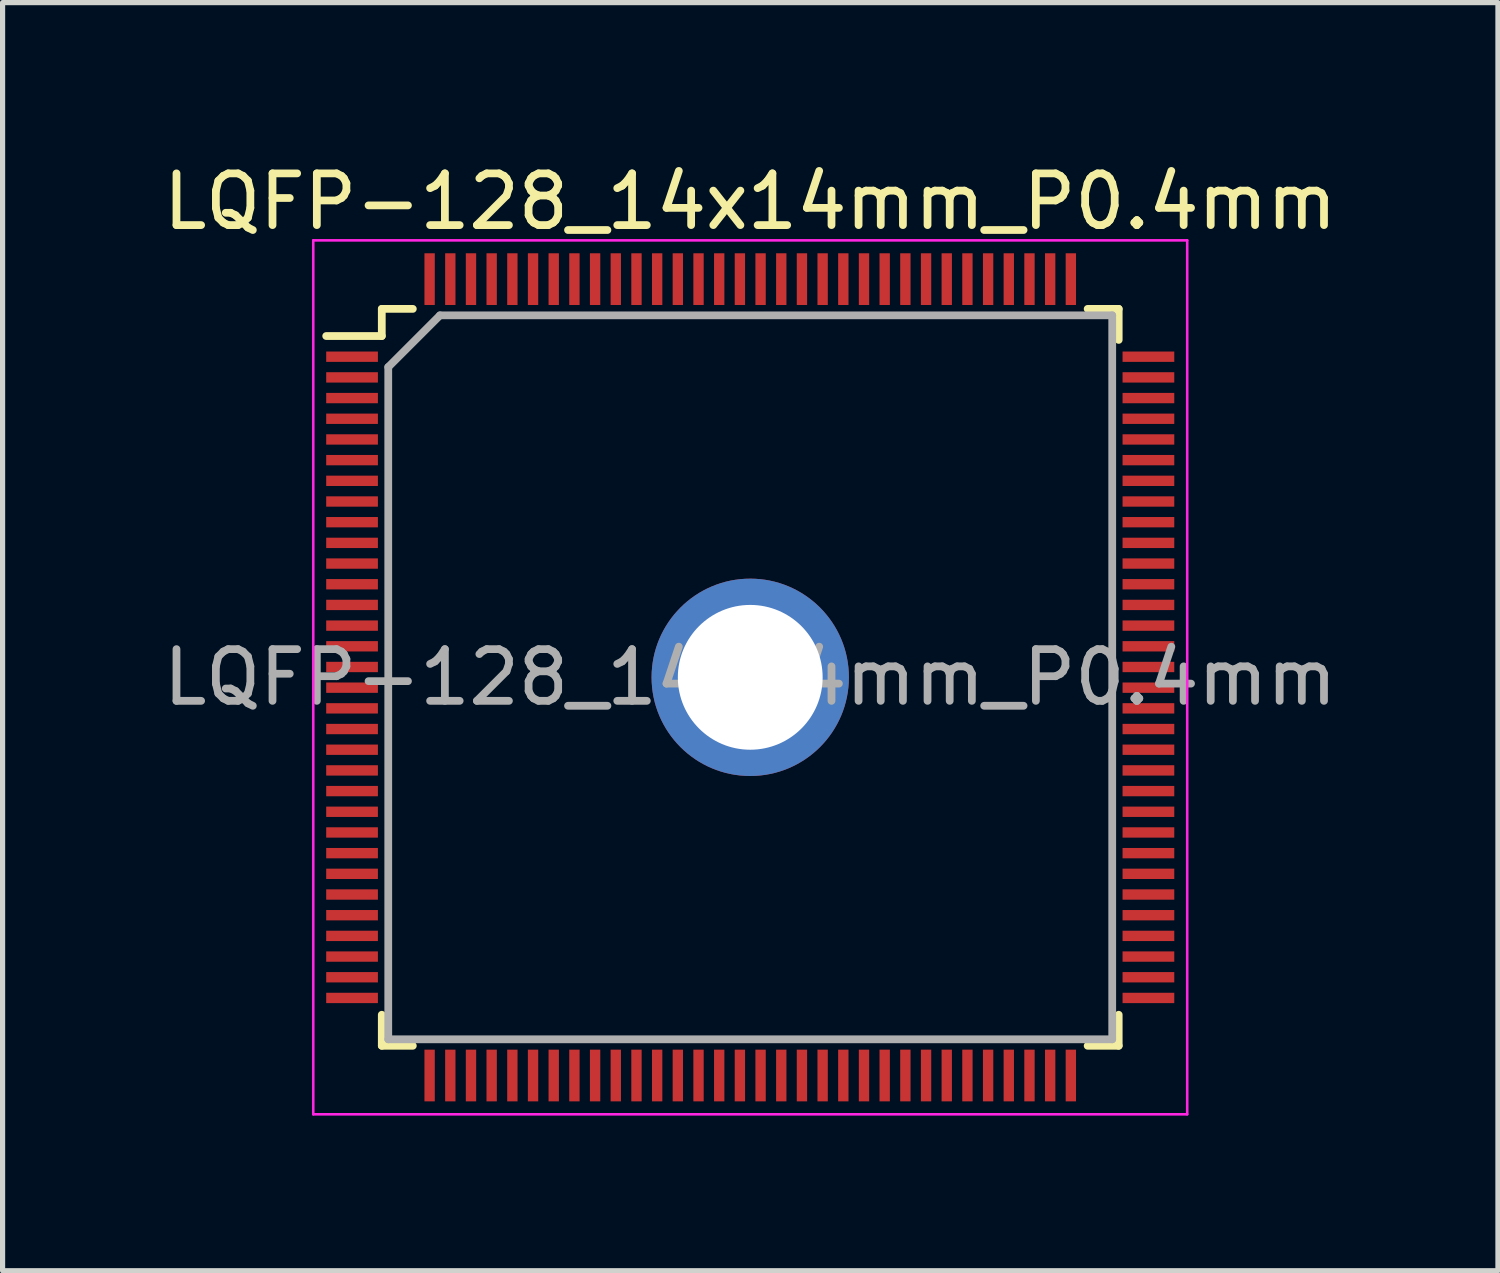
<source format=kicad_pcb>
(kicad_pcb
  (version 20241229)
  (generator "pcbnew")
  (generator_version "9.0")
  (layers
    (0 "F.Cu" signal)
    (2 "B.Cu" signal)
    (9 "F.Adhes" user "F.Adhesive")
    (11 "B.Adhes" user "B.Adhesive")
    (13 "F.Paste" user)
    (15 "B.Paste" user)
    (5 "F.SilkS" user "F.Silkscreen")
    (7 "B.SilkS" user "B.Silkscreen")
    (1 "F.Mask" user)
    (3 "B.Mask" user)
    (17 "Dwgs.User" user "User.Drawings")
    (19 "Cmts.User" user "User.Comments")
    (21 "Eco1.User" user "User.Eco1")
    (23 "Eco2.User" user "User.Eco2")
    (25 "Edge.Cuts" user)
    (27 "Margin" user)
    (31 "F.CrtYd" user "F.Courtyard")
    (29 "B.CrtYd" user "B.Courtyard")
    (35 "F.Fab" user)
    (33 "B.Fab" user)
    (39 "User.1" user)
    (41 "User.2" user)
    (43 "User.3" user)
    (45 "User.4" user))
  (footprint "LQFP-128_14x14mm_P0.4mm"
    (layer "F.Cu")
    (at 11.458 10.048)
    (property "Reference" "LQFP-128_14x14mm_P0.4mm" (at 0 -9.2 0) (layer "F.SilkS") (effects (font (size 1 1) (thickness 0.15))))
    (attr smd)
    (fp_line (start -7.125 -7.125) (end -7.125 -6.6) (stroke (width 0.15) (type solid)) (layer "F.SilkS"))
    (fp_line (start -7.125 -7.125) (end -6.525 -7.125) (stroke (width 0.15) (type solid)) (layer "F.SilkS"))
    (fp_line (start -7.125 -6.6) (end -8.2 -6.6) (stroke (width 0.15) (type solid)) (layer "F.SilkS"))
    (fp_line (start -7.125 7.125) (end -7.125 6.525) (stroke (width 0.15) (type solid)) (layer "F.SilkS"))
    (fp_line (start -7.125 7.125) (end -6.525 7.125) (stroke (width 0.15) (type solid)) (layer "F.SilkS"))
    (fp_line (start 7.125 -7.125) (end 6.525 -7.125) (stroke (width 0.15) (type solid)) (layer "F.SilkS"))
    (fp_line (start 7.125 -7.125) (end 7.125 -6.525) (stroke (width 0.15) (type solid)) (layer "F.SilkS"))
    (fp_line (start 7.125 7.125) (end 6.525 7.125) (stroke (width 0.15) (type solid)) (layer "F.SilkS"))
    (fp_line (start 7.125 7.125) (end 7.125 6.525) (stroke (width 0.15) (type solid)) (layer "F.SilkS"))
    (fp_line (start -8.45 -8.45) (end -8.45 8.45) (stroke (width 0.05) (type solid)) (layer "F.CrtYd"))
    (fp_line (start -8.45 -8.45) (end 8.45 -8.45) (stroke (width 0.05) (type solid)) (layer "F.CrtYd"))
    (fp_line (start -8.45 8.45) (end 8.45 8.45) (stroke (width 0.05) (type solid)) (layer "F.CrtYd"))
    (fp_line (start 8.45 -8.45) (end 8.45 8.45) (stroke (width 0.05) (type solid)) (layer "F.CrtYd"))
    (fp_line (start -7 -6) (end -6 -7) (stroke (width 0.15) (type solid)) (layer "F.Fab"))
    (fp_line (start -7 7) (end -7 -6) (stroke (width 0.15) (type solid)) (layer "F.Fab"))
    (fp_line (start -6 -7) (end 7 -7) (stroke (width 0.15) (type solid)) (layer "F.Fab"))
    (fp_line (start 7 -7) (end 7 7) (stroke (width 0.15) (type solid)) (layer "F.Fab"))
    (fp_line (start 7 7) (end -7 7) (stroke (width 0.15) (type solid)) (layer "F.Fab"))
    (fp_text user "${REFERENCE}" (at 0 0 0) (layer "F.Fab") (effects (font (size 1 1) (thickness 0.15))))
    (pad "1" smd rect (at -7.7 -6.2) (size 1 0.2) (layers "F.Cu" "F.Mask" "F.Paste"))
    (pad "2" smd rect (at -7.7 -5.8) (size 1 0.2) (layers "F.Cu" "F.Mask" "F.Paste"))
    (pad "3" smd rect (at -7.7 -5.4) (size 1 0.2) (layers "F.Cu" "F.Mask" "F.Paste"))
    (pad "4" smd rect (at -7.7 -5) (size 1 0.2) (layers "F.Cu" "F.Mask" "F.Paste"))
    (pad "5" smd rect (at -7.7 -4.6) (size 1 0.2) (layers "F.Cu" "F.Mask" "F.Paste"))
    (pad "6" smd rect (at -7.7 -4.2) (size 1 0.2) (layers "F.Cu" "F.Mask" "F.Paste"))
    (pad "7" smd rect (at -7.7 -3.8) (size 1 0.2) (layers "F.Cu" "F.Mask" "F.Paste"))
    (pad "8" smd rect (at -7.7 -3.4) (size 1 0.2) (layers "F.Cu" "F.Mask" "F.Paste"))
    (pad "9" smd rect (at -7.7 -3) (size 1 0.2) (layers "F.Cu" "F.Mask" "F.Paste"))
    (pad "10" smd rect (at -7.7 -2.6) (size 1 0.2) (layers "F.Cu" "F.Mask" "F.Paste"))
    (pad "11" smd rect (at -7.7 -2.2) (size 1 0.2) (layers "F.Cu" "F.Mask" "F.Paste"))
    (pad "12" smd rect (at -7.7 -1.8) (size 1 0.2) (layers "F.Cu" "F.Mask" "F.Paste"))
    (pad "13" smd rect (at -7.7 -1.4) (size 1 0.2) (layers "F.Cu" "F.Mask" "F.Paste"))
    (pad "14" smd rect (at -7.7 -1) (size 1 0.2) (layers "F.Cu" "F.Mask" "F.Paste"))
    (pad "15" smd rect (at -7.7 -0.6) (size 1 0.2) (layers "F.Cu" "F.Mask" "F.Paste"))
    (pad "16" smd rect (at -7.7 -0.2) (size 1 0.2) (layers "F.Cu" "F.Mask" "F.Paste"))
    (pad "17" smd rect (at -7.7 0.2) (size 1 0.2) (layers "F.Cu" "F.Mask" "F.Paste"))
    (pad "18" smd rect (at -7.7 0.6) (size 1 0.2) (layers "F.Cu" "F.Mask" "F.Paste"))
    (pad "19" smd rect (at -7.7 1) (size 1 0.2) (layers "F.Cu" "F.Mask" "F.Paste"))
    (pad "20" smd rect (at -7.7 1.4) (size 1 0.2) (layers "F.Cu" "F.Mask" "F.Paste"))
    (pad "21" smd rect (at -7.7 1.8) (size 1 0.2) (layers "F.Cu" "F.Mask" "F.Paste"))
    (pad "22" smd rect (at -7.7 2.2) (size 1 0.2) (layers "F.Cu" "F.Mask" "F.Paste"))
    (pad "23" smd rect (at -7.7 2.6) (size 1 0.2) (layers "F.Cu" "F.Mask" "F.Paste"))
    (pad "24" smd rect (at -7.7 3) (size 1 0.2) (layers "F.Cu" "F.Mask" "F.Paste"))
    (pad "25" smd rect (at -7.7 3.4) (size 1 0.2) (layers "F.Cu" "F.Mask" "F.Paste"))
    (pad "26" smd rect (at -7.7 3.8) (size 1 0.2) (layers "F.Cu" "F.Mask" "F.Paste"))
    (pad "27" smd rect (at -7.7 4.2) (size 1 0.2) (layers "F.Cu" "F.Mask" "F.Paste"))
    (pad "28" smd rect (at -7.7 4.6) (size 1 0.2) (layers "F.Cu" "F.Mask" "F.Paste"))
    (pad "29" smd rect (at -7.7 5) (size 1 0.2) (layers "F.Cu" "F.Mask" "F.Paste"))
    (pad "30" smd rect (at -7.7 5.4) (size 1 0.2) (layers "F.Cu" "F.Mask" "F.Paste"))
    (pad "31" smd rect (at -7.7 5.8) (size 1 0.2) (layers "F.Cu" "F.Mask" "F.Paste"))
    (pad "32" smd rect (at -7.7 6.2) (size 1 0.2) (layers "F.Cu" "F.Mask" "F.Paste"))
    (pad "33" smd rect (at -6.2 7.7 90) (size 1 0.2) (layers "F.Cu" "F.Mask" "F.Paste"))
    (pad "34" smd rect (at -5.8 7.7 90) (size 1 0.2) (layers "F.Cu" "F.Mask" "F.Paste"))
    (pad "35" smd rect (at -5.4 7.7 90) (size 1 0.2) (layers "F.Cu" "F.Mask" "F.Paste"))
    (pad "36" smd rect (at -5 7.7 90) (size 1 0.2) (layers "F.Cu" "F.Mask" "F.Paste"))
    (pad "37" smd rect (at -4.6 7.7 90) (size 1 0.2) (layers "F.Cu" "F.Mask" "F.Paste"))
    (pad "38" smd rect (at -4.2 7.7 90) (size 1 0.2) (layers "F.Cu" "F.Mask" "F.Paste"))
    (pad "39" smd rect (at -3.8 7.7 90) (size 1 0.2) (layers "F.Cu" "F.Mask" "F.Paste"))
    (pad "40" smd rect (at -3.4 7.7 90) (size 1 0.2) (layers "F.Cu" "F.Mask" "F.Paste"))
    (pad "41" smd rect (at -3 7.7 90) (size 1 0.2) (layers "F.Cu" "F.Mask" "F.Paste"))
    (pad "42" smd rect (at -2.6 7.7 90) (size 1 0.2) (layers "F.Cu" "F.Mask" "F.Paste"))
    (pad "43" smd rect (at -2.2 7.7 90) (size 1 0.2) (layers "F.Cu" "F.Mask" "F.Paste"))
    (pad "44" smd rect (at -1.8 7.7 90) (size 1 0.2) (layers "F.Cu" "F.Mask" "F.Paste"))
    (pad "45" smd rect (at -1.4 7.7 90) (size 1 0.2) (layers "F.Cu" "F.Mask" "F.Paste"))
    (pad "46" smd rect (at -1 7.7 90) (size 1 0.2) (layers "F.Cu" "F.Mask" "F.Paste"))
    (pad "47" smd rect (at -0.6 7.7 90) (size 1 0.2) (layers "F.Cu" "F.Mask" "F.Paste"))
    (pad "48" smd rect (at -0.2 7.7 90) (size 1 0.2) (layers "F.Cu" "F.Mask" "F.Paste"))
    (pad "49" smd rect (at 0.2 7.7 90) (size 1 0.2) (layers "F.Cu" "F.Mask" "F.Paste"))
    (pad "50" smd rect (at 0.6 7.7 90) (size 1 0.2) (layers "F.Cu" "F.Mask" "F.Paste"))
    (pad "51" smd rect (at 1 7.7 90) (size 1 0.2) (layers "F.Cu" "F.Mask" "F.Paste"))
    (pad "52" smd rect (at 1.4 7.7 90) (size 1 0.2) (layers "F.Cu" "F.Mask" "F.Paste"))
    (pad "53" smd rect (at 1.8 7.7 90) (size 1 0.2) (layers "F.Cu" "F.Mask" "F.Paste"))
    (pad "54" smd rect (at 2.2 7.7 90) (size 1 0.2) (layers "F.Cu" "F.Mask" "F.Paste"))
    (pad "55" smd rect (at 2.6 7.7 90) (size 1 0.2) (layers "F.Cu" "F.Mask" "F.Paste"))
    (pad "56" smd rect (at 3 7.7 90) (size 1 0.2) (layers "F.Cu" "F.Mask" "F.Paste"))
    (pad "57" smd rect (at 3.4 7.7 90) (size 1 0.2) (layers "F.Cu" "F.Mask" "F.Paste"))
    (pad "58" smd rect (at 3.8 7.7 90) (size 1 0.2) (layers "F.Cu" "F.Mask" "F.Paste"))
    (pad "59" smd rect (at 4.2 7.7 90) (size 1 0.2) (layers "F.Cu" "F.Mask" "F.Paste"))
    (pad "60" smd rect (at 4.6 7.7 90) (size 1 0.2) (layers "F.Cu" "F.Mask" "F.Paste"))
    (pad "61" smd rect (at 5 7.7 90) (size 1 0.2) (layers "F.Cu" "F.Mask" "F.Paste"))
    (pad "62" smd rect (at 5.4 7.7 90) (size 1 0.2) (layers "F.Cu" "F.Mask" "F.Paste"))
    (pad "63" smd rect (at 5.8 7.7 90) (size 1 0.2) (layers "F.Cu" "F.Mask" "F.Paste"))
    (pad "64" smd rect (at 6.2 7.7 90) (size 1 0.2) (layers "F.Cu" "F.Mask" "F.Paste"))
    (pad "65" smd rect (at 7.7 6.2) (size 1 0.2) (layers "F.Cu" "F.Mask" "F.Paste"))
    (pad "66" smd rect (at 7.7 5.8) (size 1 0.2) (layers "F.Cu" "F.Mask" "F.Paste"))
    (pad "67" smd rect (at 7.7 5.4) (size 1 0.2) (layers "F.Cu" "F.Mask" "F.Paste"))
    (pad "68" smd rect (at 7.7 5) (size 1 0.2) (layers "F.Cu" "F.Mask" "F.Paste"))
    (pad "69" smd rect (at 7.7 4.6) (size 1 0.2) (layers "F.Cu" "F.Mask" "F.Paste"))
    (pad "70" smd rect (at 7.7 4.2) (size 1 0.2) (layers "F.Cu" "F.Mask" "F.Paste"))
    (pad "71" smd rect (at 7.7 3.8) (size 1 0.2) (layers "F.Cu" "F.Mask" "F.Paste"))
    (pad "72" smd rect (at 7.7 3.4) (size 1 0.2) (layers "F.Cu" "F.Mask" "F.Paste"))
    (pad "73" smd rect (at 7.7 3) (size 1 0.2) (layers "F.Cu" "F.Mask" "F.Paste"))
    (pad "74" smd rect (at 7.7 2.6) (size 1 0.2) (layers "F.Cu" "F.Mask" "F.Paste"))
    (pad "75" smd rect (at 7.7 2.2) (size 1 0.2) (layers "F.Cu" "F.Mask" "F.Paste"))
    (pad "76" smd rect (at 7.7 1.8) (size 1 0.2) (layers "F.Cu" "F.Mask" "F.Paste"))
    (pad "77" smd rect (at 7.7 1.4) (size 1 0.2) (layers "F.Cu" "F.Mask" "F.Paste"))
    (pad "78" smd rect (at 7.7 1) (size 1 0.2) (layers "F.Cu" "F.Mask" "F.Paste"))
    (pad "79" smd rect (at 7.7 0.6) (size 1 0.2) (layers "F.Cu" "F.Mask" "F.Paste"))
    (pad "80" smd rect (at 7.7 0.2) (size 1 0.2) (layers "F.Cu" "F.Mask" "F.Paste"))
    (pad "81" smd rect (at 7.7 -0.2) (size 1 0.2) (layers "F.Cu" "F.Mask" "F.Paste"))
    (pad "82" smd rect (at 7.7 -0.6) (size 1 0.2) (layers "F.Cu" "F.Mask" "F.Paste"))
    (pad "83" smd rect (at 7.7 -1) (size 1 0.2) (layers "F.Cu" "F.Mask" "F.Paste"))
    (pad "84" smd rect (at 7.7 -1.4) (size 1 0.2) (layers "F.Cu" "F.Mask" "F.Paste"))
    (pad "85" smd rect (at 7.7 -1.8) (size 1 0.2) (layers "F.Cu" "F.Mask" "F.Paste"))
    (pad "86" smd rect (at 7.7 -2.2) (size 1 0.2) (layers "F.Cu" "F.Mask" "F.Paste"))
    (pad "87" smd rect (at 7.7 -2.6) (size 1 0.2) (layers "F.Cu" "F.Mask" "F.Paste"))
    (pad "88" smd rect (at 7.7 -3) (size 1 0.2) (layers "F.Cu" "F.Mask" "F.Paste"))
    (pad "89" smd rect (at 7.7 -3.4) (size 1 0.2) (layers "F.Cu" "F.Mask" "F.Paste"))
    (pad "90" smd rect (at 7.7 -3.8) (size 1 0.2) (layers "F.Cu" "F.Mask" "F.Paste"))
    (pad "91" smd rect (at 7.7 -4.2) (size 1 0.2) (layers "F.Cu" "F.Mask" "F.Paste"))
    (pad "92" smd rect (at 7.7 -4.6) (size 1 0.2) (layers "F.Cu" "F.Mask" "F.Paste"))
    (pad "93" smd rect (at 7.7 -5) (size 1 0.2) (layers "F.Cu" "F.Mask" "F.Paste"))
    (pad "94" smd rect (at 7.7 -5.4) (size 1 0.2) (layers "F.Cu" "F.Mask" "F.Paste"))
    (pad "95" smd rect (at 7.7 -5.8) (size 1 0.2) (layers "F.Cu" "F.Mask" "F.Paste"))
    (pad "96" smd rect (at 7.7 -6.2) (size 1 0.2) (layers "F.Cu" "F.Mask" "F.Paste"))
    (pad "97" smd rect (at 6.2 -7.7 90) (size 1 0.2) (layers "F.Cu" "F.Mask" "F.Paste"))
    (pad "98" smd rect (at 5.8 -7.7 90) (size 1 0.2) (layers "F.Cu" "F.Mask" "F.Paste"))
    (pad "99" smd rect (at 5.4 -7.7 90) (size 1 0.2) (layers "F.Cu" "F.Mask" "F.Paste"))
    (pad "100" smd rect (at 5 -7.7 90) (size 1 0.2) (layers "F.Cu" "F.Mask" "F.Paste"))
    (pad "101" smd rect (at 4.6 -7.7 90) (size 1 0.2) (layers "F.Cu" "F.Mask" "F.Paste"))
    (pad "102" smd rect (at 4.2 -7.7 90) (size 1 0.2) (layers "F.Cu" "F.Mask" "F.Paste"))
    (pad "103" smd rect (at 3.8 -7.7 90) (size 1 0.2) (layers "F.Cu" "F.Mask" "F.Paste"))
    (pad "104" smd rect (at 3.4 -7.7 90) (size 1 0.2) (layers "F.Cu" "F.Mask" "F.Paste"))
    (pad "105" smd rect (at 3 -7.7 90) (size 1 0.2) (layers "F.Cu" "F.Mask" "F.Paste"))
    (pad "106" smd rect (at 2.6 -7.7 90) (size 1 0.2) (layers "F.Cu" "F.Mask" "F.Paste"))
    (pad "107" smd rect (at 2.2 -7.7 90) (size 1 0.2) (layers "F.Cu" "F.Mask" "F.Paste"))
    (pad "108" smd rect (at 1.8 -7.7 90) (size 1 0.2) (layers "F.Cu" "F.Mask" "F.Paste"))
    (pad "109" smd rect (at 1.4 -7.7 90) (size 1 0.2) (layers "F.Cu" "F.Mask" "F.Paste"))
    (pad "110" smd rect (at 1 -7.7 90) (size 1 0.2) (layers "F.Cu" "F.Mask" "F.Paste"))
    (pad "111" smd rect (at 0.6 -7.7 90) (size 1 0.2) (layers "F.Cu" "F.Mask" "F.Paste"))
    (pad "112" smd rect (at 0.2 -7.7 90) (size 1 0.2) (layers "F.Cu" "F.Mask" "F.Paste"))
    (pad "113" smd rect (at -0.2 -7.7 90) (size 1 0.2) (layers "F.Cu" "F.Mask" "F.Paste"))
    (pad "114" smd rect (at -0.6 -7.7 90) (size 1 0.2) (layers "F.Cu" "F.Mask" "F.Paste"))
    (pad "115" smd rect (at -1 -7.7 90) (size 1 0.2) (layers "F.Cu" "F.Mask" "F.Paste"))
    (pad "116" smd rect (at -1.4 -7.7 90) (size 1 0.2) (layers "F.Cu" "F.Mask" "F.Paste"))
    (pad "117" smd rect (at -1.8 -7.7 90) (size 1 0.2) (layers "F.Cu" "F.Mask" "F.Paste"))
    (pad "118" smd rect (at -2.2 -7.7 90) (size 1 0.2) (layers "F.Cu" "F.Mask" "F.Paste"))
    (pad "119" smd rect (at -2.6 -7.7 90) (size 1 0.2) (layers "F.Cu" "F.Mask" "F.Paste"))
    (pad "120" smd rect (at -3 -7.7 90) (size 1 0.2) (layers "F.Cu" "F.Mask" "F.Paste"))
    (pad "121" smd rect (at -3.4 -7.7 90) (size 1 0.2) (layers "F.Cu" "F.Mask" "F.Paste"))
    (pad "122" smd rect (at -3.8 -7.7 90) (size 1 0.2) (layers "F.Cu" "F.Mask" "F.Paste"))
    (pad "123" smd rect (at -4.2 -7.7 90) (size 1 0.2) (layers "F.Cu" "F.Mask" "F.Paste"))
    (pad "124" smd rect (at -4.6 -7.7 90) (size 1 0.2) (layers "F.Cu" "F.Mask" "F.Paste"))
    (pad "125" smd rect (at -5 -7.7 90) (size 1 0.2) (layers "F.Cu" "F.Mask" "F.Paste"))
    (pad "126" smd rect (at -5.4 -7.7 90) (size 1 0.2) (layers "F.Cu" "F.Mask" "F.Paste"))
    (pad "127" smd rect (at -5.8 -7.7 90) (size 1 0.2) (layers "F.Cu" "F.Mask" "F.Paste"))
    (pad "128" smd rect (at -6.2 -7.7 90) (size 1 0.2) (layers "F.Cu" "F.Mask" "F.Paste"))
    (pad "P$1" thru_hole circle (at 0 0) (size 3.816 3.816) (drill 2.8) (layers "*.Cu" "*.Mask")))
  (gr_rect
    (start -3 -3)
    (end 25.917 21.523)
    (stroke (width 0.1) (type default))
    (fill no)
    (layer "Edge.Cuts")))
</source>
